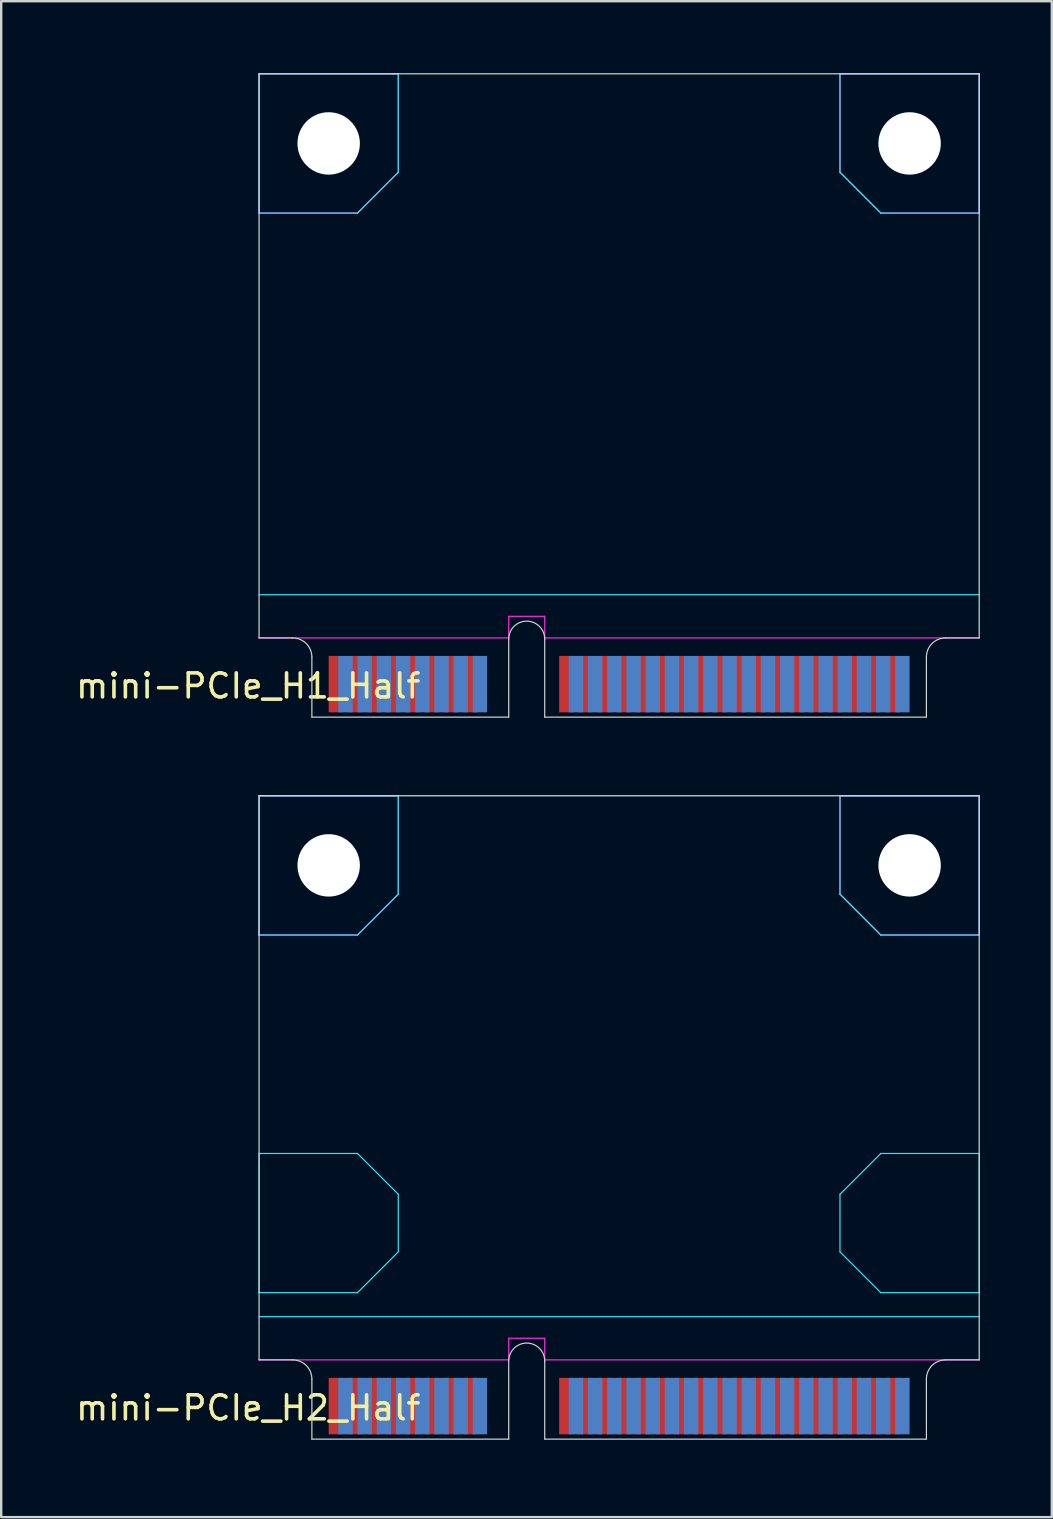
<source format=kicad_pcb>
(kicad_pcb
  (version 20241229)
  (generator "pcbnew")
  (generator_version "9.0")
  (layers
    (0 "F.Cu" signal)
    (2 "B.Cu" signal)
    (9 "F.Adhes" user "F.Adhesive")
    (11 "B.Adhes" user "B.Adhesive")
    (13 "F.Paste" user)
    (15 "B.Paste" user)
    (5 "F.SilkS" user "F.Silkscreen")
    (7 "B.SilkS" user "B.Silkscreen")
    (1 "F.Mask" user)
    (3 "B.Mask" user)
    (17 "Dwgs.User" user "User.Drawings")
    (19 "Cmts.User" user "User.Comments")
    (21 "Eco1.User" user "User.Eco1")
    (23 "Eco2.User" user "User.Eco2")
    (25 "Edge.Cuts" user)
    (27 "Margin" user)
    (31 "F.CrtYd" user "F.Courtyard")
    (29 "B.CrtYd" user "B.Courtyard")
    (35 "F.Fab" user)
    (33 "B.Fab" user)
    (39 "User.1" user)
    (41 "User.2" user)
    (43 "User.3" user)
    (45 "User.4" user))
  (footprint "mini-PCIe_H1_Half"
    (layer "F.Cu")
    (at 18.892 26.825)
    (property "Reference" "mini-PCIe_H1_Half" (at -11.6 -1.3 0) (layer "F.SilkS") (effects (font (size 1 1) (thickness 0.15))))
    (attr through_hole)
    (fp_line (start -11.15 -26.8) (end 18.85 -26.8) (stroke (width 0.05) (type solid)) (layer "Edge.Cuts"))
    (fp_line (start -11.15 -3.3) (end -11.15 -26.8) (stroke (width 0.05) (type solid)) (layer "Edge.Cuts"))
    (fp_line (start -11.15 -3.3) (end -9.75 -3.3) (stroke (width 0.05) (type solid)) (layer "Edge.Cuts"))
    (fp_line (start -8.95 0) (end -8.95 -2.5) (stroke (width 0.05) (type solid)) (layer "Edge.Cuts"))
    (fp_line (start -0.75 0) (end -8.95 0) (stroke (width 0.05) (type solid)) (layer "Edge.Cuts"))
    (fp_line (start -0.75 0) (end -0.75 -3.25) (stroke (width 0.05) (type solid)) (layer "Edge.Cuts"))
    (fp_line (start 0.75 0) (end 0.75 -3.25) (stroke (width 0.05) (type solid)) (layer "Edge.Cuts"))
    (fp_line (start 0.75 0) (end 16.65 0) (stroke (width 0.05) (type solid)) (layer "Edge.Cuts"))
    (fp_line (start 16.65 0) (end 16.65 -2.5) (stroke (width 0.05) (type solid)) (layer "Edge.Cuts"))
    (fp_line (start 17.45 -3.3) (end 18.85 -3.3) (stroke (width 0.05) (type solid)) (layer "Edge.Cuts"))
    (fp_line (start 18.85 -3.3) (end 18.85 -26.8) (stroke (width 0.05) (type solid)) (layer "Edge.Cuts"))
    (fp_arc (start -9.75 -3.3) (mid -9.184315 -3.065685) (end -8.95 -2.5) (stroke (width 0.05) (type solid)) (layer "Edge.Cuts"))
    (fp_arc (start -0.75 -3.25) (mid 0 -4) (end 0.75 -3.25) (stroke (width 0.05) (type solid)) (layer "Edge.Cuts"))
    (fp_arc (start 16.65 -2.5) (mid 16.884315 -3.065685) (end 17.45 -3.3) (stroke (width 0.05) (type solid)) (layer "Edge.Cuts"))
    (fp_line (start -11.15 -26.8) (end -5.35 -26.8) (stroke (width 0.05) (type solid)) (layer "B.CrtYd"))
    (fp_line (start -11.15 -21) (end -11.15 -26.8) (stroke (width 0.05) (type solid)) (layer "B.CrtYd"))
    (fp_line (start -11.15 -21) (end -7.05 -21) (stroke (width 0.05) (type solid)) (layer "B.CrtYd"))
    (fp_line (start -11.15 -5.1) (end 18.85 -5.1) (stroke (width 0.05) (type solid)) (layer "B.CrtYd"))
    (fp_line (start -5.35 -22.7) (end -7.05 -21) (stroke (width 0.05) (type solid)) (layer "B.CrtYd"))
    (fp_line (start -5.35 -22.7) (end -5.35 -26.8) (stroke (width 0.05) (type solid)) (layer "B.CrtYd"))
    (fp_line (start 13.05 -26.8) (end 18.85 -26.8) (stroke (width 0.05) (type solid)) (layer "B.CrtYd"))
    (fp_line (start 13.05 -22.7) (end 13.05 -26.8) (stroke (width 0.05) (type solid)) (layer "B.CrtYd"))
    (fp_line (start 13.05 -22.7) (end 14.75 -21) (stroke (width 0.05) (type solid)) (layer "B.CrtYd"))
    (fp_line (start 14.75 -21) (end 18.85 -21) (stroke (width 0.05) (type solid)) (layer "B.CrtYd"))
    (fp_line (start 18.85 -21) (end 18.85 -26.8) (stroke (width 0.05) (type solid)) (layer "B.CrtYd"))
    (fp_line (start -11.15 -26.8) (end -5.35 -26.8) (stroke (width 0.05) (type solid)) (layer "F.CrtYd"))
    (fp_line (start -11.15 -21) (end -11.15 -26.8) (stroke (width 0.05) (type solid)) (layer "F.CrtYd"))
    (fp_line (start -11.15 -21) (end -7.05 -21) (stroke (width 0.05) (type solid)) (layer "F.CrtYd"))
    (fp_line (start -11.15 -3.3) (end -0.75 -3.3) (stroke (width 0.05) (type solid)) (layer "F.CrtYd"))
    (fp_line (start -5.35 -22.7) (end -7.05 -21) (stroke (width 0.05) (type solid)) (layer "F.CrtYd"))
    (fp_line (start -5.35 -22.7) (end -5.35 -26.8) (stroke (width 0.05) (type solid)) (layer "F.CrtYd"))
    (fp_line (start -0.75 -4.2) (end 0.75 -4.2) (stroke (width 0.05) (type solid)) (layer "F.CrtYd"))
    (fp_line (start -0.75 -3.3) (end -0.75 -4.2) (stroke (width 0.05) (type solid)) (layer "F.CrtYd"))
    (fp_line (start 0.75 -3.3) (end 0.75 -4.2) (stroke (width 0.05) (type solid)) (layer "F.CrtYd"))
    (fp_line (start 0.75 -3.3) (end 18.85 -3.3) (stroke (width 0.05) (type solid)) (layer "F.CrtYd"))
    (fp_line (start 13.05 -26.8) (end 18.85 -26.8) (stroke (width 0.05) (type solid)) (layer "F.CrtYd"))
    (fp_line (start 13.05 -22.7) (end 13.05 -26.8) (stroke (width 0.05) (type solid)) (layer "F.CrtYd"))
    (fp_line (start 13.05 -22.7) (end 14.75 -21) (stroke (width 0.05) (type solid)) (layer "F.CrtYd"))
    (fp_line (start 14.75 -21) (end 18.85 -21) (stroke (width 0.05) (type solid)) (layer "F.CrtYd"))
    (fp_line (start 18.85 -21) (end 18.85 -26.8) (stroke (width 0.05) (type solid)) (layer "F.CrtYd"))
    (pad "" np_thru_hole circle (at -8.25 -23.9) (size 2.6 2.6) (drill 2.6) (layers "*.Cu"))
    (pad "" np_thru_hole circle (at 15.95 -23.9) (size 2.6 2.6) (drill 2.6) (layers "*.Cu"))
    (pad "1" smd rect (at -7.95 -1.375) (size 0.6 2.35) (layers "F.Cu" "F.Mask"))
    (pad "2" smd rect (at -7.55 -1.375) (size 0.6 2.35) (layers "B.Cu" "B.Mask"))
    (pad "3" smd rect (at -7.15 -1.375) (size 0.6 2.35) (layers "F.Cu" "F.Mask"))
    (pad "4" smd rect (at -6.75 -1.375) (size 0.6 2.35) (layers "B.Cu" "B.Mask"))
    (pad "5" smd rect (at -6.35 -1.375) (size 0.6 2.35) (layers "F.Cu" "F.Mask"))
    (pad "6" smd rect (at -5.95 -1.375) (size 0.6 2.35) (layers "B.Cu" "B.Mask"))
    (pad "7" smd rect (at -5.55 -1.375) (size 0.6 2.35) (layers "F.Cu" "F.Mask"))
    (pad "8" smd rect (at -5.15 -1.375) (size 0.6 2.35) (layers "B.Cu" "B.Mask"))
    (pad "9" smd rect (at -4.75 -1.375) (size 0.6 2.35) (layers "F.Cu" "F.Mask"))
    (pad "10" smd rect (at -4.35 -1.375) (size 0.6 2.35) (layers "B.Cu" "B.Mask"))
    (pad "11" smd rect (at -3.95 -1.375) (size 0.6 2.35) (layers "F.Cu" "F.Mask"))
    (pad "12" smd rect (at -3.55 -1.375) (size 0.6 2.35) (layers "B.Cu" "B.Mask"))
    (pad "13" smd rect (at -3.15 -1.375) (size 0.6 2.35) (layers "F.Cu" "F.Mask"))
    (pad "14" smd rect (at -2.75 -1.375) (size 0.6 2.35) (layers "B.Cu" "B.Mask"))
    (pad "15" smd rect (at -2.35 -1.375) (size 0.6 2.35) (layers "F.Cu" "F.Mask"))
    (pad "16" smd rect (at -1.95 -1.375) (size 0.6 2.35) (layers "B.Cu" "B.Mask"))
    (pad "17" smd rect (at 1.65 -1.375) (size 0.6 2.35) (layers "F.Cu" "F.Mask"))
    (pad "18" smd rect (at 2.05 -1.375) (size 0.6 2.35) (layers "B.Cu" "B.Mask"))
    (pad "19" smd rect (at 2.45 -1.375) (size 0.6 2.35) (layers "F.Cu" "F.Mask"))
    (pad "20" smd rect (at 2.85 -1.375) (size 0.6 2.35) (layers "B.Cu" "B.Mask"))
    (pad "21" smd rect (at 3.25 -1.375) (size 0.6 2.35) (layers "F.Cu" "F.Mask"))
    (pad "22" smd rect (at 3.65 -1.375) (size 0.6 2.35) (layers "B.Cu" "B.Mask"))
    (pad "23" smd rect (at 4.05 -1.375) (size 0.6 2.35) (layers "F.Cu" "F.Mask"))
    (pad "24" smd rect (at 4.45 -1.375) (size 0.6 2.35) (layers "B.Cu" "B.Mask"))
    (pad "25" smd rect (at 4.85 -1.375) (size 0.6 2.35) (layers "F.Cu" "F.Mask"))
    (pad "26" smd rect (at 5.25 -1.375) (size 0.6 2.35) (layers "B.Cu" "B.Mask"))
    (pad "27" smd rect (at 5.65 -1.375) (size 0.6 2.35) (layers "F.Cu" "F.Mask"))
    (pad "28" smd rect (at 6.05 -1.375) (size 0.6 2.35) (layers "B.Cu" "B.Mask"))
    (pad "29" smd rect (at 6.45 -1.375) (size 0.6 2.35) (layers "F.Cu" "F.Mask"))
    (pad "30" smd rect (at 6.85 -1.375) (size 0.6 2.35) (layers "B.Cu" "B.Mask"))
    (pad "31" smd rect (at 7.25 -1.375) (size 0.6 2.35) (layers "F.Cu" "F.Mask"))
    (pad "32" smd rect (at 7.65 -1.375) (size 0.6 2.35) (layers "B.Cu" "B.Mask"))
    (pad "33" smd rect (at 8.05 -1.375) (size 0.6 2.35) (layers "F.Cu" "F.Mask"))
    (pad "34" smd rect (at 8.45 -1.375) (size 0.6 2.35) (layers "B.Cu" "B.Mask"))
    (pad "35" smd rect (at 8.85 -1.375) (size 0.6 2.35) (layers "F.Cu" "F.Mask"))
    (pad "36" smd rect (at 9.25 -1.375) (size 0.6 2.35) (layers "B.Cu" "B.Mask"))
    (pad "37" smd rect (at 9.65 -1.375) (size 0.6 2.35) (layers "F.Cu" "F.Mask"))
    (pad "38" smd rect (at 10.05 -1.375) (size 0.6 2.35) (layers "B.Cu" "B.Mask"))
    (pad "39" smd rect (at 10.45 -1.375) (size 0.6 2.35) (layers "F.Cu" "F.Mask"))
    (pad "40" smd rect (at 10.85 -1.375) (size 0.6 2.35) (layers "B.Cu" "B.Mask"))
    (pad "41" smd rect (at 11.25 -1.375) (size 0.6 2.35) (layers "F.Cu" "F.Mask"))
    (pad "42" smd rect (at 11.65 -1.375) (size 0.6 2.35) (layers "B.Cu" "B.Mask"))
    (pad "43" smd rect (at 12.05 -1.375) (size 0.6 2.35) (layers "F.Cu" "F.Mask"))
    (pad "44" smd rect (at 12.45 -1.375) (size 0.6 2.35) (layers "B.Cu" "B.Mask"))
    (pad "45" smd rect (at 12.85 -1.375) (size 0.6 2.35) (layers "F.Cu" "F.Mask"))
    (pad "46" smd rect (at 13.25 -1.375) (size 0.6 2.35) (layers "B.Cu" "B.Mask"))
    (pad "47" smd rect (at 13.65 -1.375) (size 0.6 2.35) (layers "F.Cu" "F.Mask"))
    (pad "48" smd rect (at 14.05 -1.375) (size 0.6 2.35) (layers "B.Cu" "B.Mask"))
    (pad "49" smd rect (at 14.45 -1.375) (size 0.6 2.35) (layers "F.Cu" "F.Mask"))
    (pad "50" smd rect (at 14.85 -1.375) (size 0.6 2.35) (layers "B.Cu" "B.Mask"))
    (pad "51" smd rect (at 15.25 -1.375) (size 0.6 2.35) (layers "F.Cu" "F.Mask"))
    (pad "52" smd rect (at 15.65 -1.375) (size 0.6 2.35) (layers "B.Cu" "B.Mask")))
  (footprint "mini-PCIe_H2_Half"
    (layer "F.Cu")
    (at 18.892 56.9)
    (property "Reference" "mini-PCIe_H2_Half" (at -11.6 -1.3 0) (layer "F.SilkS") (effects (font (size 1 1) (thickness 0.15))))
    (attr through_hole)
    (fp_line (start -11.15 -26.8) (end 18.85 -26.8) (stroke (width 0.05) (type solid)) (layer "Edge.Cuts"))
    (fp_line (start -11.15 -3.3) (end -11.15 -26.8) (stroke (width 0.05) (type solid)) (layer "Edge.Cuts"))
    (fp_line (start -11.15 -3.3) (end -9.75 -3.3) (stroke (width 0.05) (type solid)) (layer "Edge.Cuts"))
    (fp_line (start -8.95 0) (end -8.95 -2.5) (stroke (width 0.05) (type solid)) (layer "Edge.Cuts"))
    (fp_line (start -0.75 0) (end -8.95 0) (stroke (width 0.05) (type solid)) (layer "Edge.Cuts"))
    (fp_line (start -0.75 0) (end -0.75 -3.25) (stroke (width 0.05) (type solid)) (layer "Edge.Cuts"))
    (fp_line (start 0.75 0) (end 0.75 -3.25) (stroke (width 0.05) (type solid)) (layer "Edge.Cuts"))
    (fp_line (start 0.75 0) (end 16.65 0) (stroke (width 0.05) (type solid)) (layer "Edge.Cuts"))
    (fp_line (start 16.65 0) (end 16.65 -2.5) (stroke (width 0.05) (type solid)) (layer "Edge.Cuts"))
    (fp_line (start 17.45 -3.3) (end 18.85 -3.3) (stroke (width 0.05) (type solid)) (layer "Edge.Cuts"))
    (fp_line (start 18.85 -3.3) (end 18.85 -26.8) (stroke (width 0.05) (type solid)) (layer "Edge.Cuts"))
    (fp_arc (start -9.75 -3.3) (mid -9.184315 -3.065685) (end -8.95 -2.5) (stroke (width 0.05) (type solid)) (layer "Edge.Cuts"))
    (fp_arc (start -0.75 -3.25) (mid 0 -4) (end 0.75 -3.25) (stroke (width 0.05) (type solid)) (layer "Edge.Cuts"))
    (fp_arc (start 16.65 -2.5) (mid 16.884315 -3.065685) (end 17.45 -3.3) (stroke (width 0.05) (type solid)) (layer "Edge.Cuts"))
    (fp_line (start -11.15 -26.8) (end -5.35 -26.8) (stroke (width 0.05) (type solid)) (layer "B.CrtYd"))
    (fp_line (start -11.15 -21) (end -11.15 -26.8) (stroke (width 0.05) (type solid)) (layer "B.CrtYd"))
    (fp_line (start -11.15 -21) (end -7.05 -21) (stroke (width 0.05) (type solid)) (layer "B.CrtYd"))
    (fp_line (start -11.15 -11.9) (end -7.05 -11.9) (stroke (width 0.05) (type solid)) (layer "B.CrtYd"))
    (fp_line (start -11.15 -6.1) (end -11.15 -11.9) (stroke (width 0.05) (type solid)) (layer "B.CrtYd"))
    (fp_line (start -11.15 -6.1) (end -7.05 -6.1) (stroke (width 0.05) (type solid)) (layer "B.CrtYd"))
    (fp_line (start -11.15 -5.1) (end 18.85 -5.1) (stroke (width 0.05) (type solid)) (layer "B.CrtYd"))
    (fp_line (start -7.05 -11.9) (end -5.35 -10.2) (stroke (width 0.05) (type solid)) (layer "B.CrtYd"))
    (fp_line (start -7.05 -6.1) (end -5.35 -7.8) (stroke (width 0.05) (type solid)) (layer "B.CrtYd"))
    (fp_line (start -5.35 -22.7) (end -7.05 -21) (stroke (width 0.05) (type solid)) (layer "B.CrtYd"))
    (fp_line (start -5.35 -22.7) (end -5.35 -26.8) (stroke (width 0.05) (type solid)) (layer "B.CrtYd"))
    (fp_line (start -5.35 -10.2) (end -5.35 -7.8) (stroke (width 0.05) (type solid)) (layer "B.CrtYd"))
    (fp_line (start 13.05 -26.8) (end 18.85 -26.8) (stroke (width 0.05) (type solid)) (layer "B.CrtYd"))
    (fp_line (start 13.05 -22.7) (end 13.05 -26.8) (stroke (width 0.05) (type solid)) (layer "B.CrtYd"))
    (fp_line (start 13.05 -22.7) (end 14.75 -21) (stroke (width 0.05) (type solid)) (layer "B.CrtYd"))
    (fp_line (start 13.05 -10.2) (end 13.05 -7.8) (stroke (width 0.05) (type solid)) (layer "B.CrtYd"))
    (fp_line (start 13.05 -10.2) (end 14.75 -11.9) (stroke (width 0.05) (type solid)) (layer "B.CrtYd"))
    (fp_line (start 13.05 -7.8) (end 14.75 -6.1) (stroke (width 0.05) (type solid)) (layer "B.CrtYd"))
    (fp_line (start 14.75 -21) (end 18.85 -21) (stroke (width 0.05) (type solid)) (layer "B.CrtYd"))
    (fp_line (start 18.85 -21) (end 18.85 -26.8) (stroke (width 0.05) (type solid)) (layer "B.CrtYd"))
    (fp_line (start 18.85 -11.9) (end 14.75 -11.9) (stroke (width 0.05) (type solid)) (layer "B.CrtYd"))
    (fp_line (start 18.85 -6.1) (end 14.75 -6.1) (stroke (width 0.05) (type solid)) (layer "B.CrtYd"))
    (fp_line (start 18.85 -6.1) (end 18.85 -11.9) (stroke (width 0.05) (type solid)) (layer "B.CrtYd"))
    (fp_line (start -11.15 -26.8) (end -5.35 -26.8) (stroke (width 0.05) (type solid)) (layer "F.CrtYd"))
    (fp_line (start -11.15 -21) (end -11.15 -26.8) (stroke (width 0.05) (type solid)) (layer "F.CrtYd"))
    (fp_line (start -11.15 -21) (end -7.05 -21) (stroke (width 0.05) (type solid)) (layer "F.CrtYd"))
    (fp_line (start -11.15 -3.3) (end -0.75 -3.3) (stroke (width 0.05) (type solid)) (layer "F.CrtYd"))
    (fp_line (start -5.35 -22.7) (end -7.05 -21) (stroke (width 0.05) (type solid)) (layer "F.CrtYd"))
    (fp_line (start -5.35 -22.7) (end -5.35 -26.8) (stroke (width 0.05) (type solid)) (layer "F.CrtYd"))
    (fp_line (start -0.75 -4.2) (end 0.75 -4.2) (stroke (width 0.05) (type solid)) (layer "F.CrtYd"))
    (fp_line (start -0.75 -3.3) (end -0.75 -4.2) (stroke (width 0.05) (type solid)) (layer "F.CrtYd"))
    (fp_line (start 0.75 -3.3) (end 0.75 -4.2) (stroke (width 0.05) (type solid)) (layer "F.CrtYd"))
    (fp_line (start 0.75 -3.3) (end 18.85 -3.3) (stroke (width 0.05) (type solid)) (layer "F.CrtYd"))
    (fp_line (start 13.05 -26.8) (end 18.85 -26.8) (stroke (width 0.05) (type solid)) (layer "F.CrtYd"))
    (fp_line (start 13.05 -22.7) (end 13.05 -26.8) (stroke (width 0.05) (type solid)) (layer "F.CrtYd"))
    (fp_line (start 13.05 -22.7) (end 14.75 -21) (stroke (width 0.05) (type solid)) (layer "F.CrtYd"))
    (fp_line (start 14.75 -21) (end 18.85 -21) (stroke (width 0.05) (type solid)) (layer "F.CrtYd"))
    (fp_line (start 18.85 -21) (end 18.85 -26.8) (stroke (width 0.05) (type solid)) (layer "F.CrtYd"))
    (pad "" np_thru_hole circle (at -8.25 -23.9) (size 2.6 2.6) (drill 2.6) (layers "*.Cu"))
    (pad "" np_thru_hole circle (at 15.95 -23.9) (size 2.6 2.6) (drill 2.6) (layers "*.Cu"))
    (pad "1" smd rect (at -7.95 -1.375) (size 0.6 2.35) (layers "F.Cu" "F.Mask"))
    (pad "2" smd rect (at -7.55 -1.375) (size 0.6 2.35) (layers "B.Cu" "B.Mask"))
    (pad "3" smd rect (at -7.15 -1.375) (size 0.6 2.35) (layers "F.Cu" "F.Mask"))
    (pad "4" smd rect (at -6.75 -1.375) (size 0.6 2.35) (layers "B.Cu" "B.Mask"))
    (pad "5" smd rect (at -6.35 -1.375) (size 0.6 2.35) (layers "F.Cu" "F.Mask"))
    (pad "6" smd rect (at -5.95 -1.375) (size 0.6 2.35) (layers "B.Cu" "B.Mask"))
    (pad "7" smd rect (at -5.55 -1.375) (size 0.6 2.35) (layers "F.Cu" "F.Mask"))
    (pad "8" smd rect (at -5.15 -1.375) (size 0.6 2.35) (layers "B.Cu" "B.Mask"))
    (pad "9" smd rect (at -4.75 -1.375) (size 0.6 2.35) (layers "F.Cu" "F.Mask"))
    (pad "10" smd rect (at -4.35 -1.375) (size 0.6 2.35) (layers "B.Cu" "B.Mask"))
    (pad "11" smd rect (at -3.95 -1.375) (size 0.6 2.35) (layers "F.Cu" "F.Mask"))
    (pad "12" smd rect (at -3.55 -1.375) (size 0.6 2.35) (layers "B.Cu" "B.Mask"))
    (pad "13" smd rect (at -3.15 -1.375) (size 0.6 2.35) (layers "F.Cu" "F.Mask"))
    (pad "14" smd rect (at -2.75 -1.375) (size 0.6 2.35) (layers "B.Cu" "B.Mask"))
    (pad "15" smd rect (at -2.35 -1.375) (size 0.6 2.35) (layers "F.Cu" "F.Mask"))
    (pad "16" smd rect (at -1.95 -1.375) (size 0.6 2.35) (layers "B.Cu" "B.Mask"))
    (pad "17" smd rect (at 1.65 -1.375) (size 0.6 2.35) (layers "F.Cu" "F.Mask"))
    (pad "18" smd rect (at 2.05 -1.375) (size 0.6 2.35) (layers "B.Cu" "B.Mask"))
    (pad "19" smd rect (at 2.45 -1.375) (size 0.6 2.35) (layers "F.Cu" "F.Mask"))
    (pad "20" smd rect (at 2.85 -1.375) (size 0.6 2.35) (layers "B.Cu" "B.Mask"))
    (pad "21" smd rect (at 3.25 -1.375) (size 0.6 2.35) (layers "F.Cu" "F.Mask"))
    (pad "22" smd rect (at 3.65 -1.375) (size 0.6 2.35) (layers "B.Cu" "B.Mask"))
    (pad "23" smd rect (at 4.05 -1.375) (size 0.6 2.35) (layers "F.Cu" "F.Mask"))
    (pad "24" smd rect (at 4.45 -1.375) (size 0.6 2.35) (layers "B.Cu" "B.Mask"))
    (pad "25" smd rect (at 4.85 -1.375) (size 0.6 2.35) (layers "F.Cu" "F.Mask"))
    (pad "26" smd rect (at 5.25 -1.375) (size 0.6 2.35) (layers "B.Cu" "B.Mask"))
    (pad "27" smd rect (at 5.65 -1.375) (size 0.6 2.35) (layers "F.Cu" "F.Mask"))
    (pad "28" smd rect (at 6.05 -1.375) (size 0.6 2.35) (layers "B.Cu" "B.Mask"))
    (pad "29" smd rect (at 6.45 -1.375) (size 0.6 2.35) (layers "F.Cu" "F.Mask"))
    (pad "30" smd rect (at 6.85 -1.375) (size 0.6 2.35) (layers "B.Cu" "B.Mask"))
    (pad "31" smd rect (at 7.25 -1.375) (size 0.6 2.35) (layers "F.Cu" "F.Mask"))
    (pad "32" smd rect (at 7.65 -1.375) (size 0.6 2.35) (layers "B.Cu" "B.Mask"))
    (pad "33" smd rect (at 8.05 -1.375) (size 0.6 2.35) (layers "F.Cu" "F.Mask"))
    (pad "34" smd rect (at 8.45 -1.375) (size 0.6 2.35) (layers "B.Cu" "B.Mask"))
    (pad "35" smd rect (at 8.85 -1.375) (size 0.6 2.35) (layers "F.Cu" "F.Mask"))
    (pad "36" smd rect (at 9.25 -1.375) (size 0.6 2.35) (layers "B.Cu" "B.Mask"))
    (pad "37" smd rect (at 9.65 -1.375) (size 0.6 2.35) (layers "F.Cu" "F.Mask"))
    (pad "38" smd rect (at 10.05 -1.375) (size 0.6 2.35) (layers "B.Cu" "B.Mask"))
    (pad "39" smd rect (at 10.45 -1.375) (size 0.6 2.35) (layers "F.Cu" "F.Mask"))
    (pad "40" smd rect (at 10.85 -1.375) (size 0.6 2.35) (layers "B.Cu" "B.Mask"))
    (pad "41" smd rect (at 11.25 -1.375) (size 0.6 2.35) (layers "F.Cu" "F.Mask"))
    (pad "42" smd rect (at 11.65 -1.375) (size 0.6 2.35) (layers "B.Cu" "B.Mask"))
    (pad "43" smd rect (at 12.05 -1.375) (size 0.6 2.35) (layers "F.Cu" "F.Mask"))
    (pad "44" smd rect (at 12.45 -1.375) (size 0.6 2.35) (layers "B.Cu" "B.Mask"))
    (pad "45" smd rect (at 12.85 -1.375) (size 0.6 2.35) (layers "F.Cu" "F.Mask"))
    (pad "46" smd rect (at 13.25 -1.375) (size 0.6 2.35) (layers "B.Cu" "B.Mask"))
    (pad "47" smd rect (at 13.65 -1.375) (size 0.6 2.35) (layers "F.Cu" "F.Mask"))
    (pad "48" smd rect (at 14.05 -1.375) (size 0.6 2.35) (layers "B.Cu" "B.Mask"))
    (pad "49" smd rect (at 14.45 -1.375) (size 0.6 2.35) (layers "F.Cu" "F.Mask"))
    (pad "50" smd rect (at 14.85 -1.375) (size 0.6 2.35) (layers "B.Cu" "B.Mask"))
    (pad "51" smd rect (at 15.25 -1.375) (size 0.6 2.35) (layers "F.Cu" "F.Mask"))
    (pad "52" smd rect (at 15.65 -1.375) (size 0.6 2.35) (layers "B.Cu" "B.Mask")))
  (gr_rect
    (start -3 -3)
    (end 40.767 60.15)
    (stroke (width 0.1) (type default))
    (fill no)
    (layer "Edge.Cuts")))
</source>
